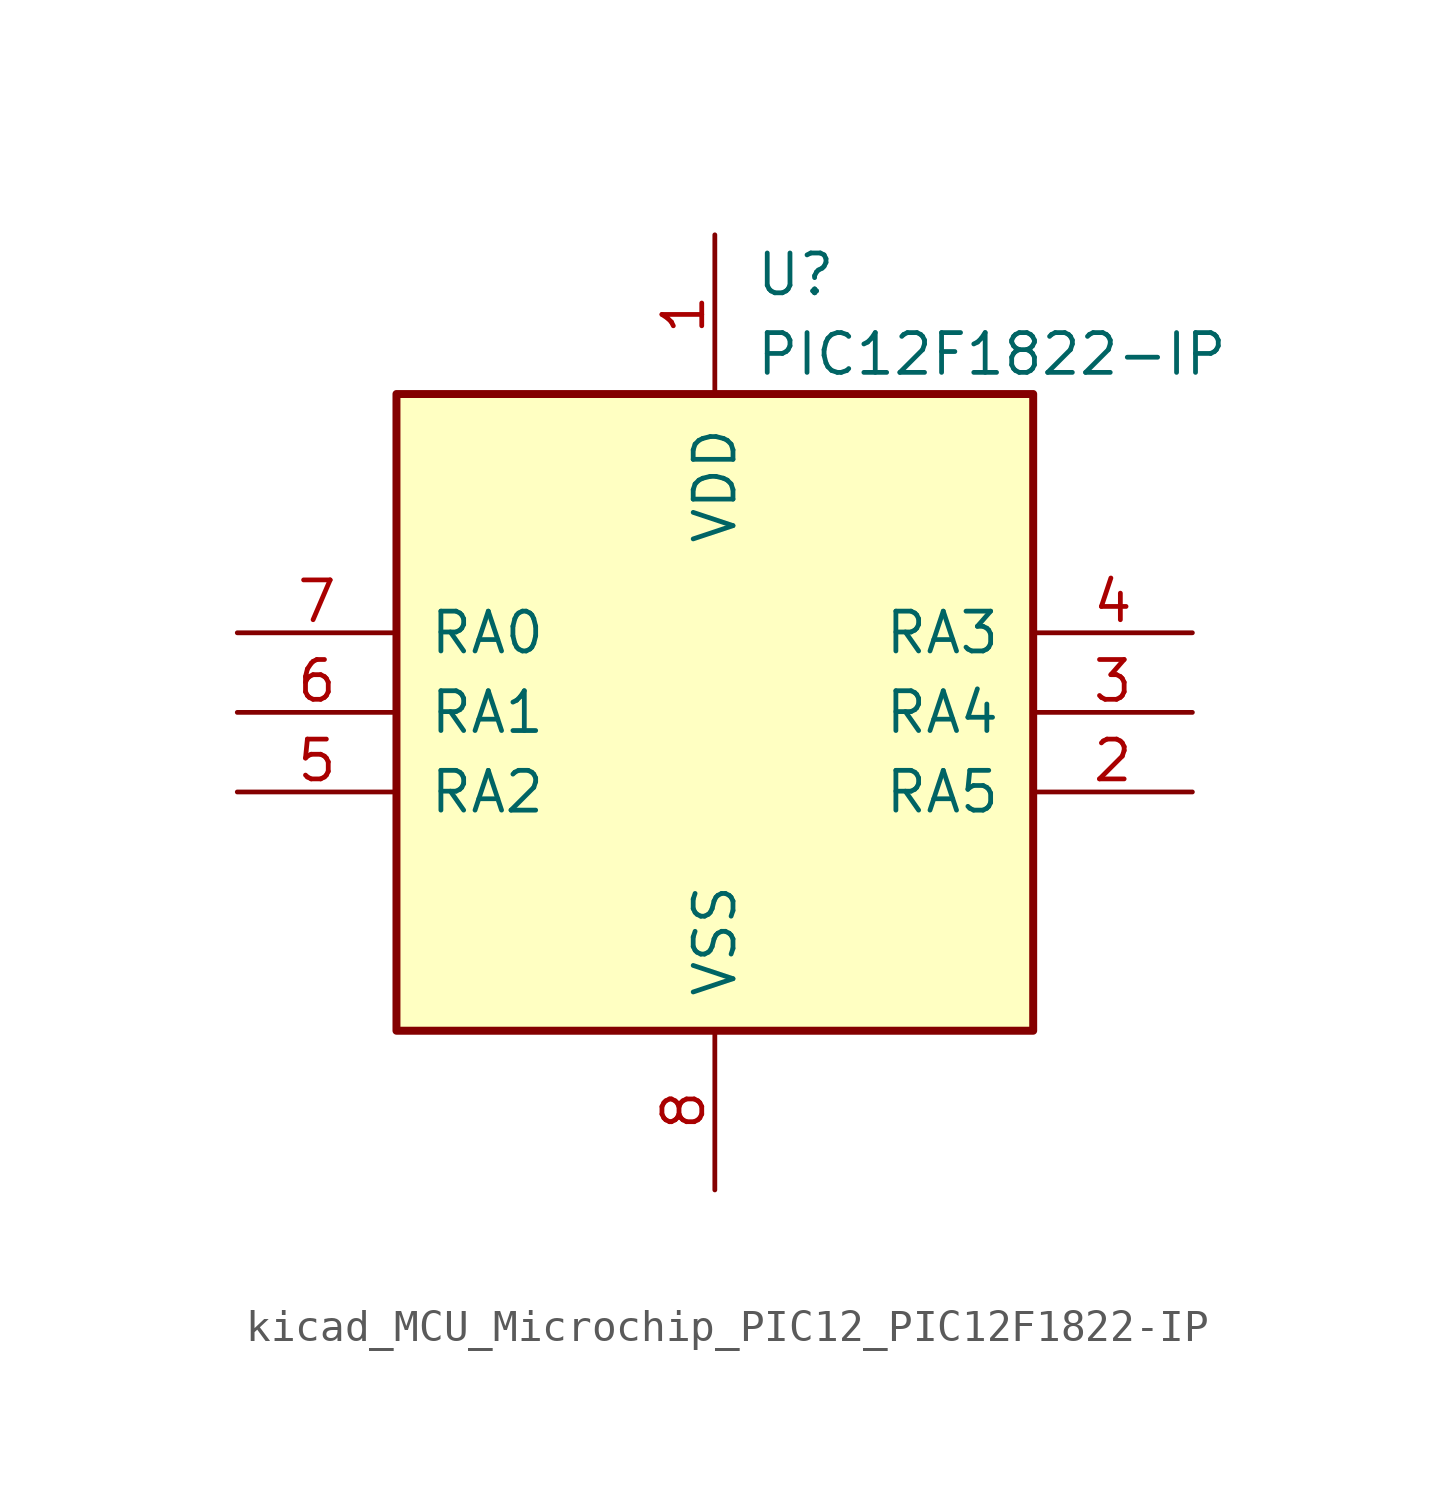
<source format=kicad_sym>
(kicad_symbol_lib
  (version 20220914)
  (generator kicad_symbol_editor)
  (symbol "kicad_MCU_Microchip_PIC12_PIC12F1822-IP"
    (pin_names
      (offset 1.016))
    (property "Reference" "U"
      (at 1.27 13.97 0)
      (effects (font (size 1.27 1.27)) (justify left)))
    (property "Value" "PIC12F1822-IP"
      (at 1.27 11.43 0)
      (effects (font (size 1.27 1.27)) (justify left)))
    (symbol "kicad_MCU_Microchip_PIC12_PIC12F1822-IP_0_1"
      (rectangle (start 10.16 -10.16) (end -10.16 10.16) (stroke (width 0.254) (type default)) (fill (type background))))
    (symbol "kicad_MCU_Microchip_PIC12_PIC12F1822-IP_1_1"
      (pin power_in line (at 0 15.24 270) (length 5.08) (name "VDD" (effects (font (size 1.27 1.27)))) (number "1" (effects (font (size 1.27 1.27)))))
      (pin bidirectional line (at 15.24 -2.54 180) (length 5.08) (name "RA5" (effects (font (size 1.27 1.27)))) (number "2" (effects (font (size 1.27 1.27)))))
      (pin bidirectional line (at 15.24 0 180) (length 5.08) (name "RA4" (effects (font (size 1.27 1.27)))) (number "3" (effects (font (size 1.27 1.27)))))
      (pin input line (at 15.24 2.54 180) (length 5.08) (name "RA3" (effects (font (size 1.27 1.27)))) (number "4" (effects (font (size 1.27 1.27)))))
      (pin bidirectional line (at -15.24 -2.54 0) (length 5.08) (name "RA2" (effects (font (size 1.27 1.27)))) (number "5" (effects (font (size 1.27 1.27)))))
      (pin bidirectional line (at -15.24 0 0) (length 5.08) (name "RA1" (effects (font (size 1.27 1.27)))) (number "6" (effects (font (size 1.27 1.27)))))
      (pin bidirectional line (at -15.24 2.54 0) (length 5.08) (name "RA0" (effects (font (size 1.27 1.27)))) (number "7" (effects (font (size 1.27 1.27)))))
      (pin power_in line (at 0 -15.24 90) (length 5.08) (name "VSS" (effects (font (size 1.27 1.27)))) (number "8" (effects (font (size 1.27 1.27))))))))
</source>
